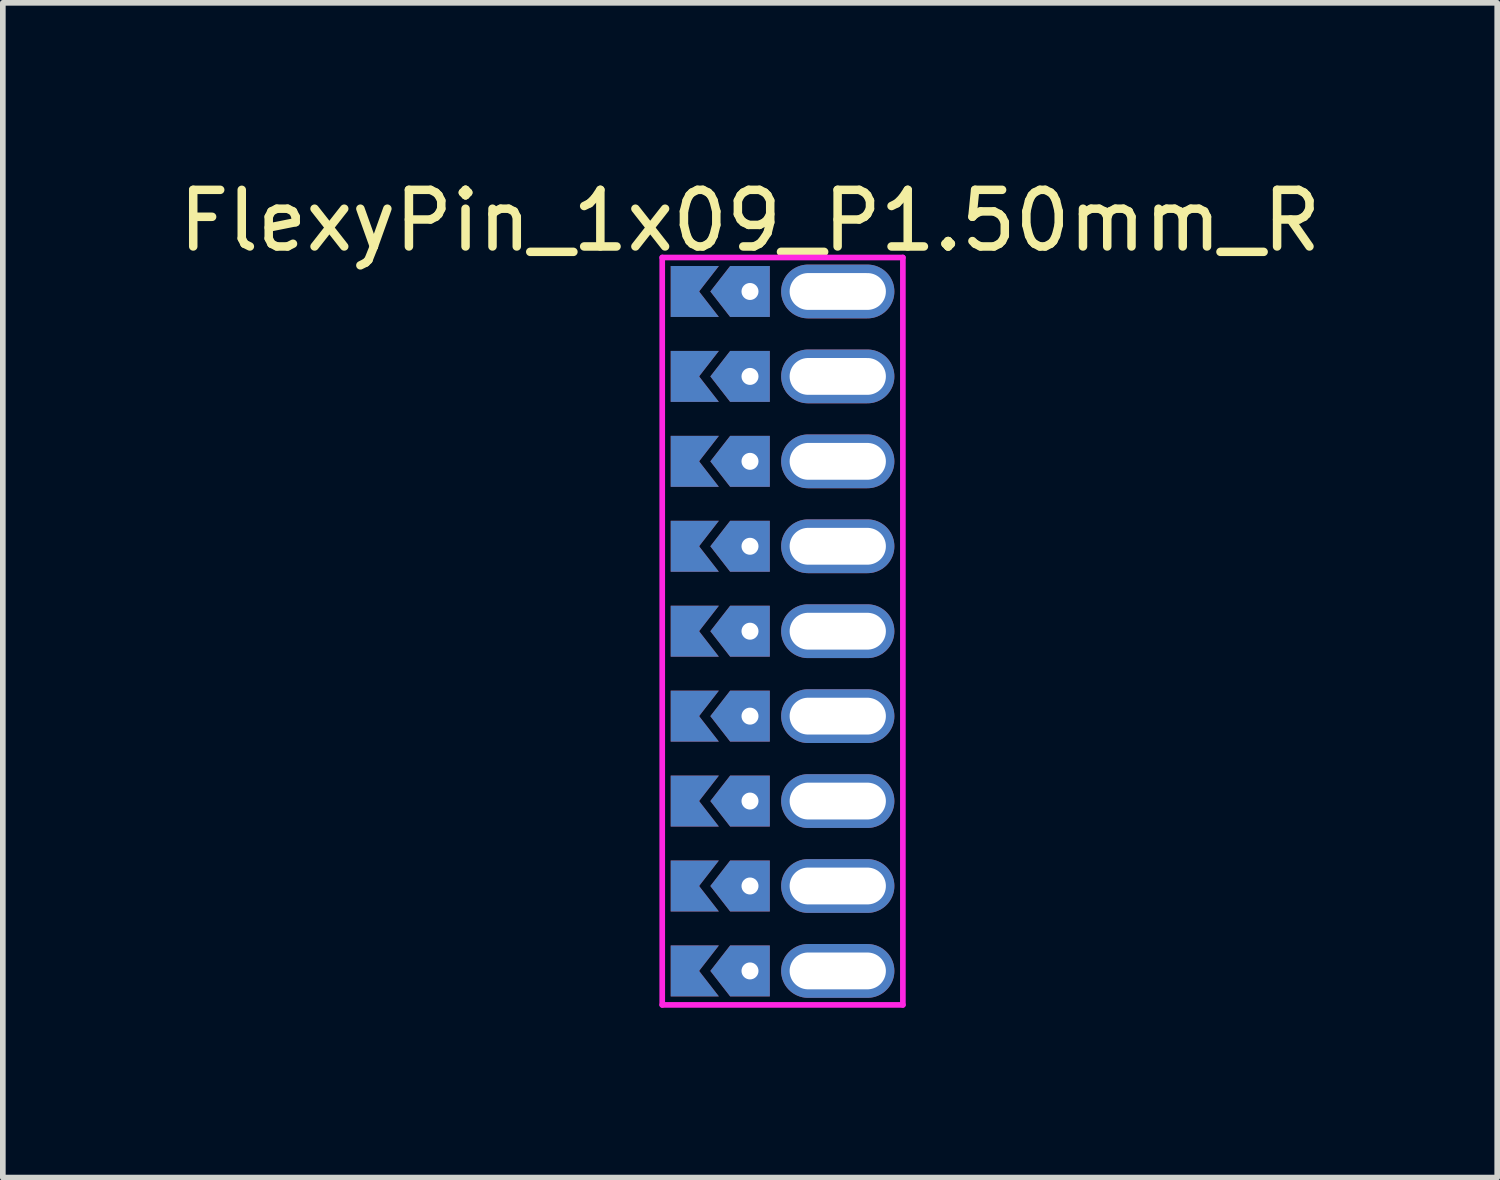
<source format=kicad_pcb>
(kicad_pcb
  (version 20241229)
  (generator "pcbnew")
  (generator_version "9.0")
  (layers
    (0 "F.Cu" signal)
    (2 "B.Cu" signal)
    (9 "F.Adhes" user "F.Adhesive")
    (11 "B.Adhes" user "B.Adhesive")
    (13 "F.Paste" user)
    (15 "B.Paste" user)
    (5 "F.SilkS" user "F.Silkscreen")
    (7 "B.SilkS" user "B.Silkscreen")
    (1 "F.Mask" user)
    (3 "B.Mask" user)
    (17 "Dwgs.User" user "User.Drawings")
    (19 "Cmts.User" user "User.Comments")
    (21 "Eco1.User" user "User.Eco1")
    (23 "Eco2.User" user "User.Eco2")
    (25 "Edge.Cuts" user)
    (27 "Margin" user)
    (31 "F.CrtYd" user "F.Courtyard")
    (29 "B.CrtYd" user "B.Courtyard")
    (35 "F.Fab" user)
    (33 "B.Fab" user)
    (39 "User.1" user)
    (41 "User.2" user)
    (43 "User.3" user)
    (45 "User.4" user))
  (footprint "FlexyPin_1x09_P1.50mm_R"
    (layer "F.Cu")
    (at 10.196 2.098)
    (property "Reference" "FlexyPin_1x09_P1.50mm_R" (at 0 -1.25 0) (layer "F.SilkS") (effects (font (size 1 1) (thickness 0.15))))
    (attr through_hole)
    (fp_line (start -1.55 -0.6) (end 2.7 -0.6) (stroke (width 0.1) (type solid)) (layer "F.CrtYd"))
    (fp_line (start -1.55 12.6) (end -1.55 -0.6) (stroke (width 0.1) (type solid)) (layer "F.CrtYd"))
    (fp_line (start 2.7 -0.6) (end 2.7 12.6) (stroke (width 0.1) (type solid)) (layer "F.CrtYd"))
    (fp_line (start 2.7 12.6) (end -1.55 12.6) (stroke (width 0.1) (type solid)) (layer "F.CrtYd"))
    (pad "" thru_hole custom (at 0 0) (size 0.3 0.3) (drill 0.6) (layers "*.Cu" "*.Mask") (options (anchor rect)) (primitives (gr_poly (pts (xy 0.35 0.45) (xy 0.35 -0.45) (xy -0.35 -0.45) (xy -0.7 0) (xy -0.35 0.45)) (width 0) (fill yes))))
    (pad "" thru_hole custom (at 0 1.5) (size 0.3 0.3) (drill 0.6) (layers "*.Cu" "*.Mask") (options (anchor rect)) (primitives (gr_poly (pts (xy 0.35 0.45) (xy 0.35 -0.45) (xy -0.35 -0.45) (xy -0.7 0) (xy -0.35 0.45)) (width 0) (fill yes))))
    (pad "" thru_hole custom (at 0 3) (size 0.3 0.3) (drill 0.6) (layers "*.Cu" "*.Mask") (options (anchor rect)) (primitives (gr_poly (pts (xy 0.35 0.45) (xy 0.35 -0.45) (xy -0.35 -0.45) (xy -0.7 0) (xy -0.35 0.45)) (width 0) (fill yes))))
    (pad "" thru_hole custom (at 0 4.5) (size 0.3 0.3) (drill 0.6) (layers "*.Cu" "*.Mask") (options (anchor rect)) (primitives (gr_poly (pts (xy 0.35 0.45) (xy 0.35 -0.45) (xy -0.35 -0.45) (xy -0.7 0) (xy -0.35 0.45)) (width 0) (fill yes))))
    (pad "" thru_hole custom (at 0 6) (size 0.3 0.3) (drill 0.6) (layers "*.Cu" "*.Mask") (options (anchor rect)) (primitives (gr_poly (pts (xy 0.35 0.45) (xy 0.35 -0.45) (xy -0.35 -0.45) (xy -0.7 0) (xy -0.35 0.45)) (width 0) (fill yes))))
    (pad "" thru_hole custom (at 0 7.5) (size 0.3 0.3) (drill 0.6) (layers "*.Cu" "*.Mask") (options (anchor rect)) (primitives (gr_poly (pts (xy 0.35 0.45) (xy 0.35 -0.45) (xy -0.35 -0.45) (xy -0.7 0) (xy -0.35 0.45)) (width 0) (fill yes))))
    (pad "" thru_hole custom (at 0 9) (size 0.3 0.3) (drill 0.6) (layers "*.Cu" "*.Mask") (options (anchor rect)) (primitives (gr_poly (pts (xy 0.35 0.45) (xy 0.35 -0.45) (xy -0.35 -0.45) (xy -0.7 0) (xy -0.35 0.45)) (width 0) (fill yes))))
    (pad "" thru_hole custom (at 0 10.5) (size 0.3 0.3) (drill 0.6) (layers "*.Cu" "*.Mask") (options (anchor rect)) (primitives (gr_poly (pts (xy 0.35 0.45) (xy 0.35 -0.45) (xy -0.35 -0.45) (xy -0.7 0) (xy -0.35 0.45)) (width 0) (fill yes))))
    (pad "" thru_hole custom (at 0 12) (size 0.3 0.3) (drill 0.6) (layers "*.Cu" "*.Mask") (options (anchor rect)) (primitives (gr_poly (pts (xy 0.35 0.45) (xy 0.35 -0.45) (xy -0.35 -0.45) (xy -0.7 0) (xy -0.35 0.45)) (width 0) (fill yes))))
    (pad "" thru_hole oval (at 1.55 0) (size 2 0.95) (drill oval 1.7 0.65) (layers "*.Cu" "*.Mask"))
    (pad "" thru_hole oval (at 1.55 1.5) (size 2 0.95) (drill oval 1.7 0.65) (layers "*.Cu" "*.Mask"))
    (pad "" thru_hole oval (at 1.55 3) (size 2 0.95) (drill oval 1.7 0.65) (layers "*.Cu" "*.Mask"))
    (pad "" thru_hole oval (at 1.55 4.5) (size 2 0.95) (drill oval 1.7 0.65) (layers "*.Cu" "*.Mask"))
    (pad "" thru_hole oval (at 1.55 6) (size 2 0.95) (drill oval 1.7 0.65) (layers "*.Cu" "*.Mask"))
    (pad "" thru_hole oval (at 1.55 7.5) (size 2 0.95) (drill oval 1.7 0.65) (layers "*.Cu" "*.Mask"))
    (pad "" thru_hole oval (at 1.55 9) (size 2 0.95) (drill oval 1.7 0.65) (layers "*.Cu" "*.Mask"))
    (pad "" thru_hole oval (at 1.55 10.5) (size 2 0.95) (drill oval 1.7 0.65) (layers "*.Cu" "*.Mask"))
    (pad "" thru_hole oval (at 1.55 12) (size 2 0.95) (drill oval 1.7 0.65) (layers "*.Cu" "*.Mask"))
    (pad "1" smd custom (at -0.9 0) (size 0.01 0.01) (layers "F.Cu" "F.Mask") (options (anchor rect)) (primitives (gr_poly (pts (xy 0 0) (xy 0.35 0.45) (xy -0.5 0.45) (xy -0.5 -0.45) (xy 0.35 -0.45)) (width 0) (fill yes))))
    (pad "1" smd custom (at -0.9 1.5) (size 0.01 0.01) (layers "F.Cu" "F.Mask") (options (anchor rect)) (primitives (gr_poly (pts (xy 0 0) (xy 0.35 0.45) (xy -0.5 0.45) (xy -0.5 -0.45) (xy 0.35 -0.45)) (width 0) (fill yes))))
    (pad "1" smd custom (at -0.9 3) (size 0.01 0.01) (layers "F.Cu" "F.Mask") (options (anchor rect)) (primitives (gr_poly (pts (xy 0 0) (xy 0.35 0.45) (xy -0.5 0.45) (xy -0.5 -0.45) (xy 0.35 -0.45)) (width 0) (fill yes))))
    (pad "1" smd custom (at -0.9 4.5) (size 0.01 0.01) (layers "F.Cu" "F.Mask") (options (anchor rect)) (primitives (gr_poly (pts (xy 0 0) (xy 0.35 0.45) (xy -0.5 0.45) (xy -0.5 -0.45) (xy 0.35 -0.45)) (width 0) (fill yes))))
    (pad "1" smd custom (at -0.9 6) (size 0.01 0.01) (layers "F.Cu" "F.Mask") (options (anchor rect)) (primitives (gr_poly (pts (xy 0 0) (xy 0.35 0.45) (xy -0.5 0.45) (xy -0.5 -0.45) (xy 0.35 -0.45)) (width 0) (fill yes))))
    (pad "1" smd custom (at -0.9 7.5) (size 0.01 0.01) (layers "F.Cu" "F.Mask") (options (anchor rect)) (primitives (gr_poly (pts (xy 0 0) (xy 0.35 0.45) (xy -0.5 0.45) (xy -0.5 -0.45) (xy 0.35 -0.45)) (width 0) (fill yes))))
    (pad "1" smd custom (at -0.9 9) (size 0.01 0.01) (layers "F.Cu" "F.Mask") (options (anchor rect)) (primitives (gr_poly (pts (xy 0 0) (xy 0.35 0.45) (xy -0.5 0.45) (xy -0.5 -0.45) (xy 0.35 -0.45)) (width 0) (fill yes))))
    (pad "1" smd custom (at -0.9 10.5) (size 0.01 0.01) (layers "F.Cu" "F.Mask") (options (anchor rect)) (primitives (gr_poly (pts (xy 0 0) (xy 0.35 0.45) (xy -0.5 0.45) (xy -0.5 -0.45) (xy 0.35 -0.45)) (width 0) (fill yes))))
    (pad "1" smd custom (at -0.9 12) (size 0.01 0.01) (layers "F.Cu" "F.Mask") (options (anchor rect)) (primitives (gr_poly (pts (xy 0 0) (xy 0.35 0.45) (xy -0.5 0.45) (xy -0.5 -0.45) (xy 0.35 -0.45)) (width 0) (fill yes))))
    (pad "2" smd custom (at -0.9 0) (size 0.01 0.01) (layers "B.Cu" "B.Mask") (options (anchor rect)) (primitives (gr_poly (pts (xy 0 0) (xy 0.35 0.45) (xy -0.5 0.45) (xy -0.5 -0.45) (xy 0.35 -0.45)) (width 0) (fill yes))))
    (pad "2" smd custom (at -0.9 1.5) (size 0.01 0.01) (layers "B.Cu" "B.Mask") (options (anchor rect)) (primitives (gr_poly (pts (xy 0 0) (xy 0.35 0.45) (xy -0.5 0.45) (xy -0.5 -0.45) (xy 0.35 -0.45)) (width 0) (fill yes))))
    (pad "2" smd custom (at -0.9 3) (size 0.01 0.01) (layers "B.Cu" "B.Mask") (options (anchor rect)) (primitives (gr_poly (pts (xy 0 0) (xy 0.35 0.45) (xy -0.5 0.45) (xy -0.5 -0.45) (xy 0.35 -0.45)) (width 0) (fill yes))))
    (pad "2" smd custom (at -0.9 4.5) (size 0.01 0.01) (layers "B.Cu" "B.Mask") (options (anchor rect)) (primitives (gr_poly (pts (xy 0 0) (xy 0.35 0.45) (xy -0.5 0.45) (xy -0.5 -0.45) (xy 0.35 -0.45)) (width 0) (fill yes))))
    (pad "2" smd custom (at -0.9 6) (size 0.01 0.01) (layers "B.Cu" "B.Mask") (options (anchor rect)) (primitives (gr_poly (pts (xy 0 0) (xy 0.35 0.45) (xy -0.5 0.45) (xy -0.5 -0.45) (xy 0.35 -0.45)) (width 0) (fill yes))))
    (pad "2" smd custom (at -0.9 7.5) (size 0.01 0.01) (layers "B.Cu" "B.Mask") (options (anchor rect)) (primitives (gr_poly (pts (xy 0 0) (xy 0.35 0.45) (xy -0.5 0.45) (xy -0.5 -0.45) (xy 0.35 -0.45)) (width 0) (fill yes))))
    (pad "2" smd custom (at -0.9 9) (size 0.01 0.01) (layers "B.Cu" "B.Mask") (options (anchor rect)) (primitives (gr_poly (pts (xy 0 0) (xy 0.35 0.45) (xy -0.5 0.45) (xy -0.5 -0.45) (xy 0.35 -0.45)) (width 0) (fill yes))))
    (pad "2" smd custom (at -0.9 10.5) (size 0.01 0.01) (layers "B.Cu" "B.Mask") (options (anchor rect)) (primitives (gr_poly (pts (xy 0 0) (xy 0.35 0.45) (xy -0.5 0.45) (xy -0.5 -0.45) (xy 0.35 -0.45)) (width 0) (fill yes))))
    (pad "2" smd custom (at -0.9 12) (size 0.01 0.01) (layers "B.Cu" "B.Mask") (options (anchor rect)) (primitives (gr_poly (pts (xy 0 0) (xy 0.35 0.45) (xy -0.5 0.45) (xy -0.5 -0.45) (xy 0.35 -0.45)) (width 0) (fill yes)))))
  (gr_rect
    (start -3 -3)
    (end 23.393 17.748)
    (stroke (width 0.1) (type default))
    (fill no)
    (layer "Edge.Cuts")))
</source>
